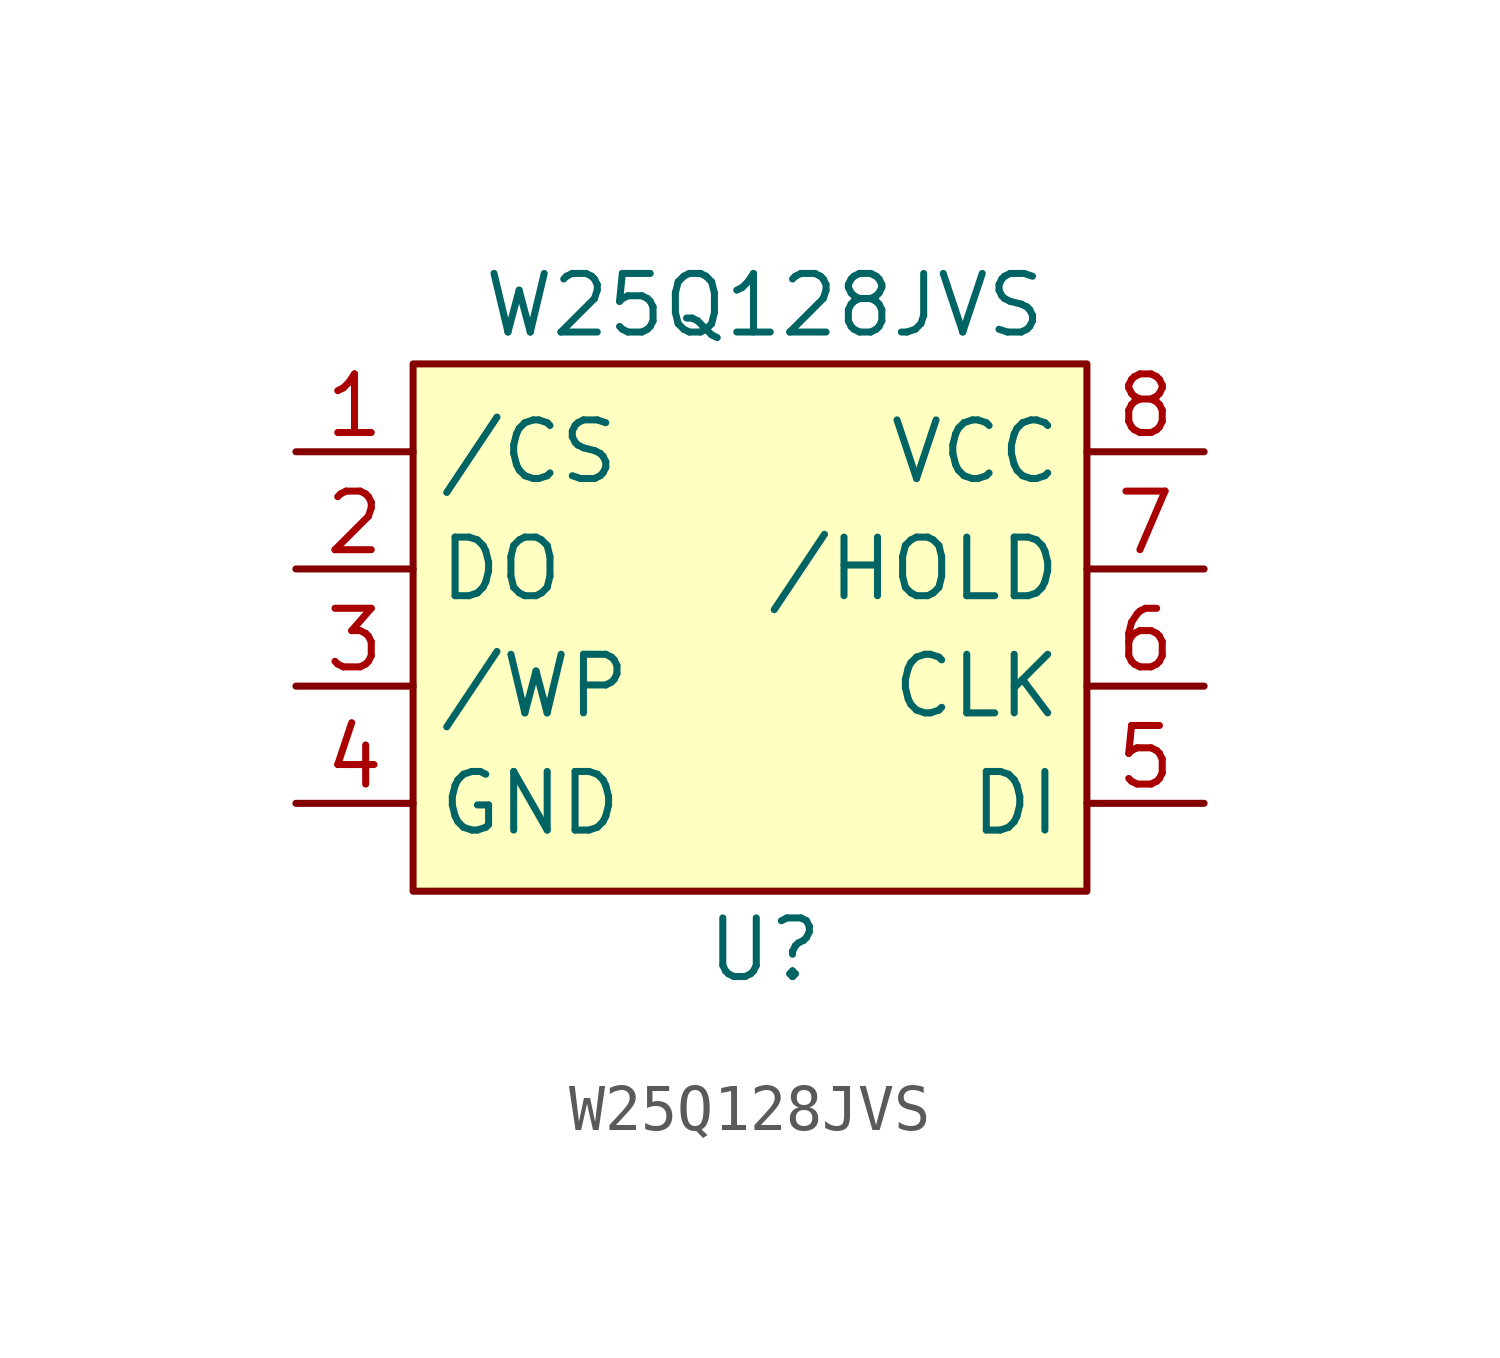
<source format=kicad_sym>
(kicad_symbol_lib
  (version 20211014)
  (generator kicad_symbol_editor)
  (symbol "W25Q128JVS"
    (property "Reference" "U"
      (at 0 -6.985 0)
      (effects (font (size 1.27 1.27))))
    (property "Value" "W25Q128JVS"
      (at 0 6.985 0)
      (effects (font (size 1.27 1.27))))
    (symbol "W25Q128JVS_0_1"
      (rectangle (start -7.62 5.715) (end 6.985 -5.715) (stroke (width 0.152) (type default) (color 0 0 0 0)) (fill (type background))))
    (symbol "W25Q128JVS_1_1"
      (pin input line (at -10.16 3.81 0) (length 2.54) (name "/CS" (effects (font (size 1.27 1.27)))) (number "1" (effects (font (size 1.27 1.27)))))
      (pin output line (at -10.16 1.27 0) (length 2.54) (name "DO" (effects (font (size 1.27 1.27)))) (number "2" (effects (font (size 1.27 1.27)))))
      (pin input line (at -10.16 -1.27 0) (length 2.54) (name "/WP" (effects (font (size 1.27 1.27)))) (number "3" (effects (font (size 1.27 1.27)))))
      (pin power_in line (at -10.16 -3.81 0) (length 2.54) (name "GND" (effects (font (size 1.27 1.27)))) (number "4" (effects (font (size 1.27 1.27)))))
      (pin input line (at 9.525 -3.81 180) (length 2.54) (name "DI" (effects (font (size 1.27 1.27)))) (number "5" (effects (font (size 1.27 1.27)))))
      (pin input line (at 9.525 -1.27 180) (length 2.54) (name "CLK" (effects (font (size 1.27 1.27)))) (number "6" (effects (font (size 1.27 1.27)))))
      (pin input line (at 9.525 1.27 180) (length 2.54) (name "/HOLD" (effects (font (size 1.27 1.27)))) (number "7" (effects (font (size 1.27 1.27)))))
      (pin power_in line (at 9.525 3.81 180) (length 2.54) (name "VCC" (effects (font (size 1.27 1.27)))) (number "8" (effects (font (size 1.27 1.27))))))))
</source>
